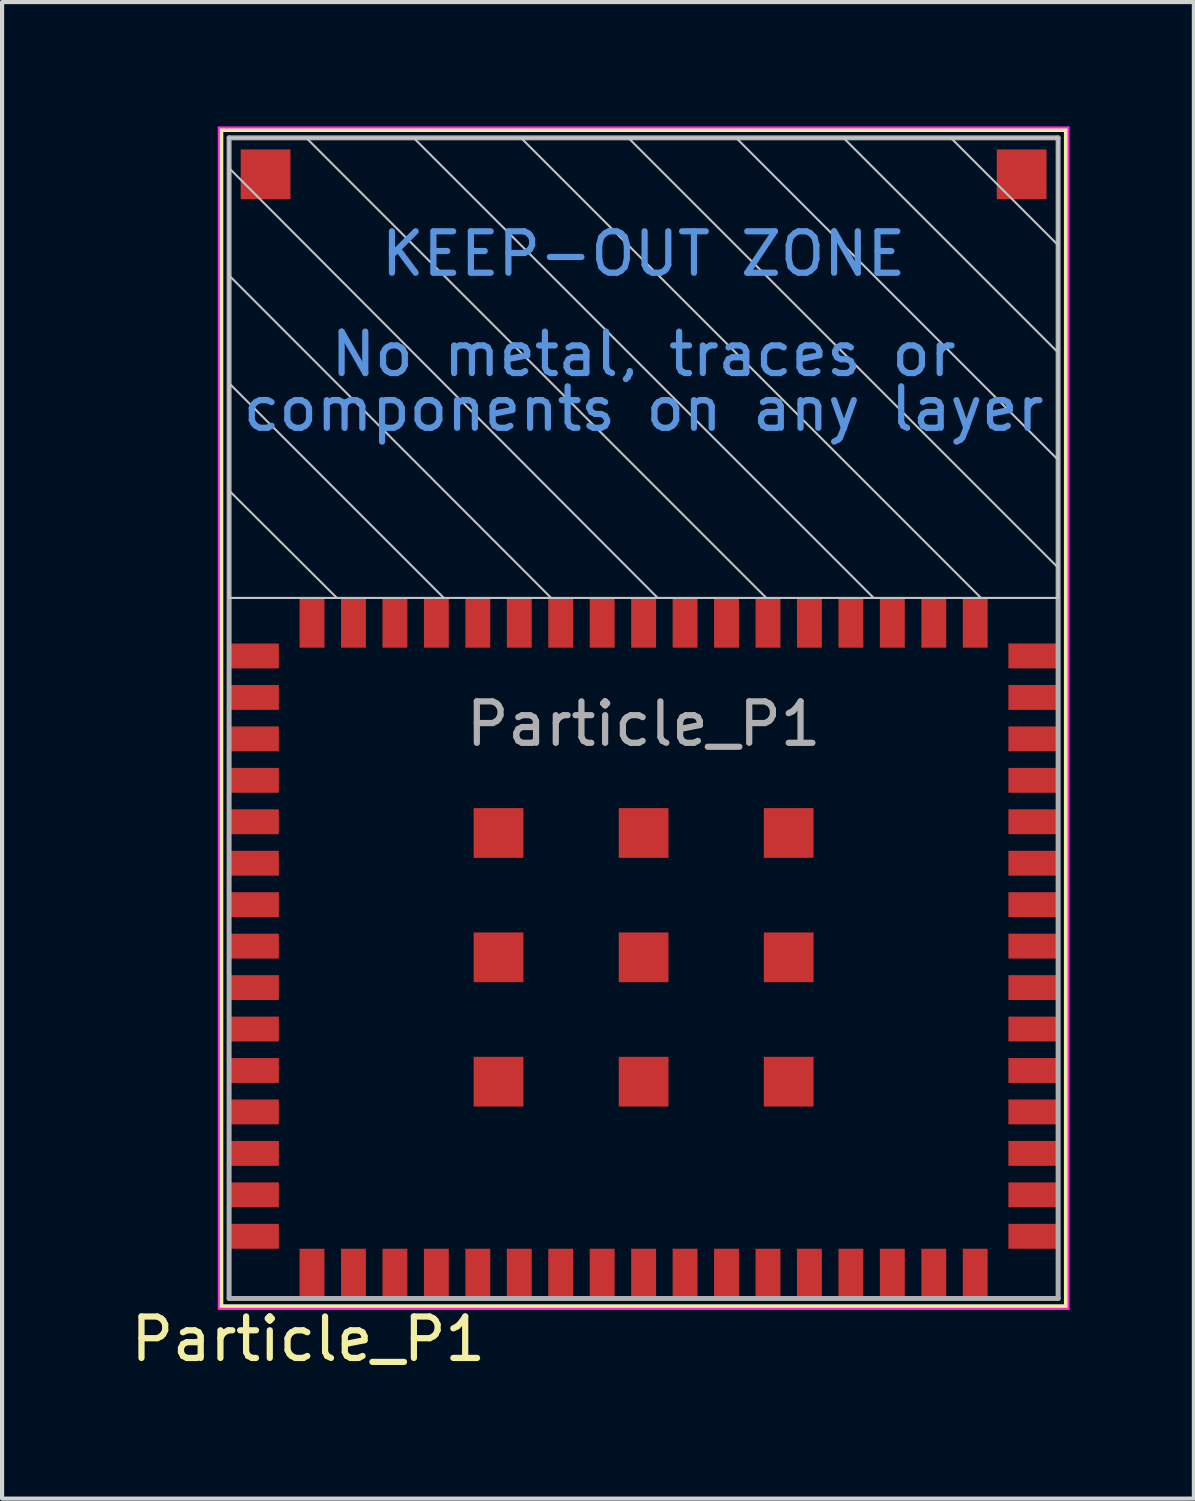
<source format=kicad_pcb>
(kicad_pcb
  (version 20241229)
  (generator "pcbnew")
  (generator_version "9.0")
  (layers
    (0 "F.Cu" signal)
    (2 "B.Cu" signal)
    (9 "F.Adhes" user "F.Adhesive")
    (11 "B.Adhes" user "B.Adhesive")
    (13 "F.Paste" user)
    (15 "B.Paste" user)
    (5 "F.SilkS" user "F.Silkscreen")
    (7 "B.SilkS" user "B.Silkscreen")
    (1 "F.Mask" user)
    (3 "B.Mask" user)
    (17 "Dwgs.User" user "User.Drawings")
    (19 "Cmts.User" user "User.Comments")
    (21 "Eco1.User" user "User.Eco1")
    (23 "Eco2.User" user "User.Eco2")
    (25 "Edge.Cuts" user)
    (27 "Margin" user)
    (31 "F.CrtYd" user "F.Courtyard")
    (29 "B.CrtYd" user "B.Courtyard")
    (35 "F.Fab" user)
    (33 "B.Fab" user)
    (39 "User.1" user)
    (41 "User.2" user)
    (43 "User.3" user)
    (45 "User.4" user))
  (footprint "Particle_P1"
    (layer "F.Cu")
    (at 12.477 14.415)
    (property "Reference" "Particle_P1" (at -8.09 14.84 180) (layer "F.SilkS") (effects (font (size 1 1) (thickness 0.15))))
    (attr smd)
    (fp_line (start -10.2 -14.34) (end 10.2 -14.34) (stroke (width 0.12) (type solid)) (layer "F.SilkS"))
    (fp_line (start -10.2 14.06) (end -10.2 -14.34) (stroke (width 0.12) (type solid)) (layer "F.SilkS"))
    (fp_line (start 10.2 -14.34) (end 10.2 14.06) (stroke (width 0.12) (type solid)) (layer "F.SilkS"))
    (fp_line (start 10.2 14.06) (end -10.2 14.06) (stroke (width 0.12) (type solid)) (layer "F.SilkS"))
    (fp_line (start -10 -14.14) (end 10 -14.14) (stroke (width 0.05) (type solid)) (layer "Dwgs.User"))
    (fp_line (start -10 -13.41) (end 0.34 -3.04) (stroke (width 0.05) (type solid)) (layer "Dwgs.User"))
    (fp_line (start -10 -10.82) (end -2.23 -3.04) (stroke (width 0.05) (type solid)) (layer "Dwgs.User"))
    (fp_line (start -10 -8.22) (end -4.82 -3.04) (stroke (width 0.05) (type solid)) (layer "Dwgs.User"))
    (fp_line (start -10 -5.63) (end -7.4 -3.04) (stroke (width 0.05) (type solid)) (layer "Dwgs.User"))
    (fp_line (start -10 -3.04) (end -10 -14.14) (stroke (width 0.05) (type solid)) (layer "Dwgs.User"))
    (fp_line (start 2.96 -3.04) (end -8.14 -14.14) (stroke (width 0.05) (type solid)) (layer "Dwgs.User"))
    (fp_line (start 5.55 -3.04) (end -5.55 -14.14) (stroke (width 0.05) (type solid)) (layer "Dwgs.User"))
    (fp_line (start 8.14 -3.04) (end -2.96 -14.14) (stroke (width 0.05) (type solid)) (layer "Dwgs.User"))
    (fp_line (start 10 -14.14) (end 10 -3.04) (stroke (width 0.05) (type solid)) (layer "Dwgs.User"))
    (fp_line (start 10 -11.55) (end 7.41 -14.14) (stroke (width 0.05) (type solid)) (layer "Dwgs.User"))
    (fp_line (start 10 -8.96) (end 4.82 -14.14) (stroke (width 0.05) (type solid)) (layer "Dwgs.User"))
    (fp_line (start 10 -6.37) (end 2.23 -14.14) (stroke (width 0.05) (type solid)) (layer "Dwgs.User"))
    (fp_line (start 10 -3.77) (end -0.37 -14.14) (stroke (width 0.05) (type solid)) (layer "Dwgs.User"))
    (fp_line (start 10 -3.04) (end -10 -3.04) (stroke (width 0.05) (type solid)) (layer "Dwgs.User"))
    (fp_line (start -10.25 14.11) (end -10.25 -14.39) (stroke (width 0.05) (type solid)) (layer "F.CrtYd"))
    (fp_line (start -10.25 14.11) (end 10.25 14.11) (stroke (width 0.05) (type solid)) (layer "F.CrtYd"))
    (fp_line (start 10.25 -14.39) (end -10.25 -14.39) (stroke (width 0.05) (type solid)) (layer "F.CrtYd"))
    (fp_line (start 10.25 -14.39) (end 10.25 14.11) (stroke (width 0.05) (type solid)) (layer "F.CrtYd"))
    (fp_line (start -10 13.86) (end -10 -14.14) (stroke (width 0.12) (type solid)) (layer "F.Fab"))
    (fp_line (start -10 13.86) (end 10 13.86) (stroke (width 0.12) (type solid)) (layer "F.Fab"))
    (fp_line (start 10 -14.14) (end -10 -14.14) (stroke (width 0.12) (type solid)) (layer "F.Fab"))
    (fp_line (start 10 13.86) (end 10 -14.14) (stroke (width 0.12) (type solid)) (layer "F.Fab"))
    (fp_text user "components on any layer" (at 0 -7.6 0) (layer "Cmts.User") (effects (font (size 1 1) (thickness 0.15))))
    (fp_text user "KEEP-OUT ZONE" (at 0 -11.34 0) (layer "Cmts.User") (effects (font (size 1 1) (thickness 0.15))))
    (fp_text user "No metal, traces or" (at 0 -8.92 0) (layer "Cmts.User") (effects (font (size 1 1) (thickness 0.15))))
    (fp_text user "${REFERENCE}" (at 0 0 0) (layer "F.Fab") (effects (font (size 1 1) (thickness 0.15))))
    (pad "1" smd rect (at -9.4 -1.64 270) (size 0.6 1.2) (layers "F.Cu" "F.Mask" "F.Paste"))
    (pad "2" smd rect (at -9.4 -0.64 270) (size 0.6 1.2) (layers "F.Cu" "F.Mask" "F.Paste"))
    (pad "3" smd rect (at -9.4 0.36 270) (size 0.6 1.2) (layers "F.Cu" "F.Mask" "F.Paste"))
    (pad "4" smd rect (at -9.4 1.36 270) (size 0.6 1.2) (layers "F.Cu" "F.Mask" "F.Paste"))
    (pad "5" smd rect (at -9.4 2.36 270) (size 0.6 1.2) (layers "F.Cu" "F.Mask" "F.Paste"))
    (pad "6" smd rect (at -9.4 3.36 270) (size 0.6 1.2) (layers "F.Cu" "F.Mask" "F.Paste"))
    (pad "7" smd rect (at -9.4 4.36 270) (size 0.6 1.2) (layers "F.Cu" "F.Mask" "F.Paste"))
    (pad "8" smd rect (at -9.4 5.36 270) (size 0.6 1.2) (layers "F.Cu" "F.Mask" "F.Paste"))
    (pad "9" smd rect (at -9.4 6.36 270) (size 0.6 1.2) (layers "F.Cu" "F.Mask" "F.Paste"))
    (pad "10" smd rect (at -9.4 7.36 270) (size 0.6 1.2) (layers "F.Cu" "F.Mask" "F.Paste"))
    (pad "11" smd rect (at -9.4 8.36 270) (size 0.6 1.2) (layers "F.Cu" "F.Mask" "F.Paste"))
    (pad "12" smd rect (at -9.4 9.36 270) (size 0.6 1.2) (layers "F.Cu" "F.Mask" "F.Paste"))
    (pad "13" smd rect (at -9.4 10.36 270) (size 0.6 1.2) (layers "F.Cu" "F.Mask" "F.Paste"))
    (pad "14" smd rect (at -9.4 11.36 270) (size 0.6 1.2) (layers "F.Cu" "F.Mask" "F.Paste"))
    (pad "15" smd rect (at -9.4 12.36 270) (size 0.6 1.2) (layers "F.Cu" "F.Mask" "F.Paste"))
    (pad "16" smd rect (at -8 13.26 270) (size 1.2 0.6) (layers "F.Cu" "F.Mask" "F.Paste"))
    (pad "17" smd rect (at -7 13.26 270) (size 1.2 0.6) (layers "F.Cu" "F.Mask" "F.Paste"))
    (pad "18" smd rect (at -6 13.26 270) (size 1.2 0.6) (layers "F.Cu" "F.Mask" "F.Paste"))
    (pad "19" smd rect (at -5 13.26 270) (size 1.2 0.6) (layers "F.Cu" "F.Mask" "F.Paste"))
    (pad "20" smd rect (at -4 13.26 270) (size 1.2 0.6) (layers "F.Cu" "F.Mask" "F.Paste"))
    (pad "21" smd rect (at -3 13.26 270) (size 1.2 0.6) (layers "F.Cu" "F.Mask" "F.Paste"))
    (pad "22" smd rect (at -2 13.26 270) (size 1.2 0.6) (layers "F.Cu" "F.Mask" "F.Paste"))
    (pad "23" smd rect (at -1 13.26 270) (size 1.2 0.6) (layers "F.Cu" "F.Mask" "F.Paste"))
    (pad "24" smd rect (at 0 13.26 270) (size 1.2 0.6) (layers "F.Cu" "F.Mask" "F.Paste"))
    (pad "25" smd rect (at 1 13.26 270) (size 1.2 0.6) (layers "F.Cu" "F.Mask" "F.Paste"))
    (pad "26" smd rect (at 2 13.26 270) (size 1.2 0.6) (layers "F.Cu" "F.Mask" "F.Paste"))
    (pad "27" smd rect (at 3 13.26 270) (size 1.2 0.6) (layers "F.Cu" "F.Mask" "F.Paste"))
    (pad "28" smd rect (at 4 13.26 270) (size 1.2 0.6) (layers "F.Cu" "F.Mask" "F.Paste"))
    (pad "29" smd rect (at 5 13.26 270) (size 1.2 0.6) (layers "F.Cu" "F.Mask" "F.Paste"))
    (pad "30" smd rect (at 6 13.26 270) (size 1.2 0.6) (layers "F.Cu" "F.Mask" "F.Paste"))
    (pad "31" smd rect (at 7 13.26 270) (size 1.2 0.6) (layers "F.Cu" "F.Mask" "F.Paste"))
    (pad "32" smd rect (at 8 13.26 270) (size 1.2 0.6) (layers "F.Cu" "F.Mask" "F.Paste"))
    (pad "33" smd rect (at 9.4 12.36 270) (size 0.6 1.2) (layers "F.Cu" "F.Mask" "F.Paste"))
    (pad "34" smd rect (at 9.4 11.36 270) (size 0.6 1.2) (layers "F.Cu" "F.Mask" "F.Paste"))
    (pad "35" smd rect (at 9.4 10.36 270) (size 0.6 1.2) (layers "F.Cu" "F.Mask" "F.Paste"))
    (pad "36" smd rect (at 9.4 9.36 270) (size 0.6 1.2) (layers "F.Cu" "F.Mask" "F.Paste"))
    (pad "37" smd rect (at 9.4 8.36 270) (size 0.6 1.2) (layers "F.Cu" "F.Mask" "F.Paste"))
    (pad "38" smd rect (at 9.4 7.36 270) (size 0.6 1.2) (layers "F.Cu" "F.Mask" "F.Paste"))
    (pad "39" smd rect (at 9.4 6.36 270) (size 0.6 1.2) (layers "F.Cu" "F.Mask" "F.Paste"))
    (pad "40" smd rect (at 9.4 5.36 270) (size 0.6 1.2) (layers "F.Cu" "F.Mask" "F.Paste"))
    (pad "41" smd rect (at 9.4 4.36 270) (size 0.6 1.2) (layers "F.Cu" "F.Mask" "F.Paste"))
    (pad "42" smd rect (at 9.4 3.36 270) (size 0.6 1.2) (layers "F.Cu" "F.Mask" "F.Paste"))
    (pad "43" smd rect (at 9.4 2.36 270) (size 0.6 1.2) (layers "F.Cu" "F.Mask" "F.Paste"))
    (pad "44" smd rect (at 9.4 1.36 270) (size 0.6 1.2) (layers "F.Cu" "F.Mask" "F.Paste"))
    (pad "45" smd rect (at 9.4 0.36 270) (size 0.6 1.2) (layers "F.Cu" "F.Mask" "F.Paste"))
    (pad "46" smd rect (at 9.4 -0.64 270) (size 0.6 1.2) (layers "F.Cu" "F.Mask" "F.Paste"))
    (pad "47" smd rect (at 9.4 -1.64 270) (size 0.6 1.2) (layers "F.Cu" "F.Mask" "F.Paste"))
    (pad "48" smd rect (at 8 -2.44 270) (size 1.2 0.6) (layers "F.Cu" "F.Mask" "F.Paste"))
    (pad "49" smd rect (at 7 -2.44 270) (size 1.2 0.6) (layers "F.Cu" "F.Mask" "F.Paste"))
    (pad "50" smd rect (at 6 -2.44 270) (size 1.2 0.6) (layers "F.Cu" "F.Mask" "F.Paste"))
    (pad "51" smd rect (at 5 -2.44 270) (size 1.2 0.6) (layers "F.Cu" "F.Mask" "F.Paste"))
    (pad "52" smd rect (at 4 -2.44 270) (size 1.2 0.6) (layers "F.Cu" "F.Mask" "F.Paste"))
    (pad "53" smd rect (at 3 -2.44 270) (size 1.2 0.6) (layers "F.Cu" "F.Mask" "F.Paste"))
    (pad "54" smd rect (at 2 -2.44 270) (size 1.2 0.6) (layers "F.Cu" "F.Mask" "F.Paste"))
    (pad "55" smd rect (at 1 -2.44 270) (size 1.2 0.6) (layers "F.Cu" "F.Mask" "F.Paste"))
    (pad "56" smd rect (at 0 -2.44 270) (size 1.2 0.6) (layers "F.Cu" "F.Mask" "F.Paste"))
    (pad "57" smd rect (at -1 -2.44 270) (size 1.2 0.6) (layers "F.Cu" "F.Mask" "F.Paste"))
    (pad "58" smd rect (at -2 -2.44 270) (size 1.2 0.6) (layers "F.Cu" "F.Mask" "F.Paste"))
    (pad "59" smd rect (at -3 -2.44 270) (size 1.2 0.6) (layers "F.Cu" "F.Mask" "F.Paste"))
    (pad "60" smd rect (at -4 -2.44 270) (size 1.2 0.6) (layers "F.Cu" "F.Mask" "F.Paste"))
    (pad "61" smd rect (at -5 -2.44 270) (size 1.2 0.6) (layers "F.Cu" "F.Mask" "F.Paste"))
    (pad "62" smd rect (at -6 -2.44 270) (size 1.2 0.6) (layers "F.Cu" "F.Mask" "F.Paste"))
    (pad "63" smd rect (at -7 -2.44 270) (size 1.2 0.6) (layers "F.Cu" "F.Mask" "F.Paste"))
    (pad "64" smd rect (at -8 -2.44 270) (size 1.2 0.6) (layers "F.Cu" "F.Mask" "F.Paste"))
    (pad "65" smd rect (at -3.5 2.63 270) (size 1.2 1.2) (layers "F.Cu" "F.Mask" "F.Paste"))
    (pad "66" smd rect (at -3.5 5.63 270) (size 1.2 1.2) (layers "F.Cu" "F.Mask" "F.Paste"))
    (pad "67" smd rect (at -3.5 8.63 270) (size 1.2 1.2) (layers "F.Cu" "F.Mask" "F.Paste"))
    (pad "68" smd rect (at 0 2.63 270) (size 1.2 1.2) (layers "F.Cu" "F.Mask" "F.Paste"))
    (pad "69" smd rect (at 0 5.63 270) (size 1.2 1.2) (layers "F.Cu" "F.Mask" "F.Paste"))
    (pad "70" smd rect (at 0 8.63 270) (size 1.2 1.2) (layers "F.Cu" "F.Mask" "F.Paste"))
    (pad "71" smd rect (at 3.5 2.63 270) (size 1.2 1.2) (layers "F.Cu" "F.Mask" "F.Paste"))
    (pad "72" smd rect (at 3.5 5.63 270) (size 1.2 1.2) (layers "F.Cu" "F.Mask" "F.Paste"))
    (pad "73" smd rect (at 3.5 8.63 270) (size 1.2 1.2) (layers "F.Cu" "F.Mask" "F.Paste"))
    (pad "74" smd rect (at 9.12 -13.26 270) (size 1.2 1.2) (layers "F.Cu" "F.Mask" "F.Paste"))
    (pad "75" smd rect (at -9.12 -13.26 270) (size 1.2 1.2) (layers "F.Cu" "F.Mask" "F.Paste")))
  (gr_rect
    (start -3 -3)
    (end 25.752 33.103)
    (stroke (width 0.1) (type default))
    (fill no)
    (layer "Edge.Cuts")))
</source>
